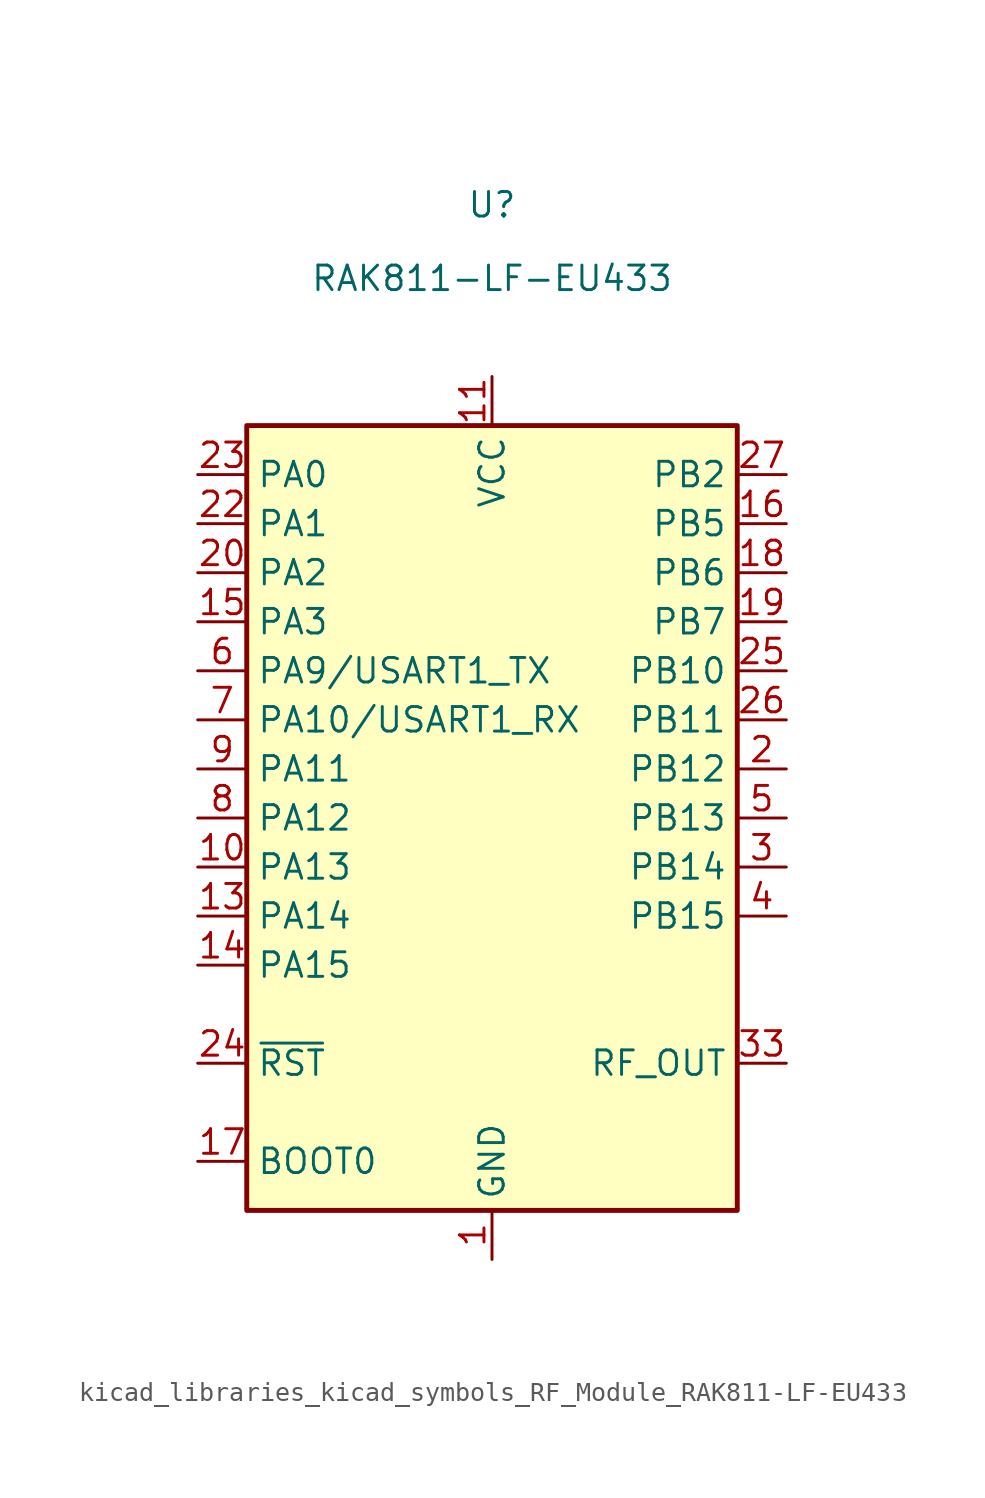
<source format=kicad_sym>
(kicad_symbol_lib
  (version 20220914)
  (generator kicad_symbol_editor)
  (symbol "kicad_libraries_kicad_symbols_RF_Module_RAK811-LF-EU433"
    (property "Reference" "U"
      (at 0 31.75 0)
      (effects (font (size 1.27 1.27))))
    (property "Value" "RAK811-LF-EU433"
      (at 0 27.94 0)
      (effects (font (size 1.27 1.27))))
    (symbol "kicad_libraries_kicad_symbols_RF_Module_RAK811-LF-EU433_0_0"
      (pin power_in line (at 0 -22.86 90) (length 2.54) (name "GND" (effects (font (size 1.27 1.27)))) (number "1" (effects (font (size 1.27 1.27)))))
      (pin bidirectional line (at -15.24 -2.54 0) (length 2.54) (name "PA13" (effects (font (size 1.27 1.27)))) (number "10" (effects (font (size 1.27 1.27)))))
      (pin power_in line (at 0 22.86 270) (length 2.54) (name "VCC" (effects (font (size 1.27 1.27)))) (number "11" (effects (font (size 1.27 1.27)))))
      (pin passive line (at 0 -22.86 90) (length 2.54) hide (name "GND" (effects (font (size 1.27 1.27)))) (number "12" (effects (font (size 1.27 1.27)))))
      (pin bidirectional line (at -15.24 -5.08 0) (length 2.54) (name "PA14" (effects (font (size 1.27 1.27)))) (number "13" (effects (font (size 1.27 1.27)))))
      (pin bidirectional line (at -15.24 -7.62 0) (length 2.54) (name "PA15" (effects (font (size 1.27 1.27)))) (number "14" (effects (font (size 1.27 1.27)))))
      (pin bidirectional line (at -15.24 10.16 0) (length 2.54) (name "PA3" (effects (font (size 1.27 1.27)))) (number "15" (effects (font (size 1.27 1.27)))))
      (pin bidirectional line (at 15.24 15.24 180) (length 2.54) (name "PB5" (effects (font (size 1.27 1.27)))) (number "16" (effects (font (size 1.27 1.27)))))
      (pin input line (at -15.24 -17.78 0) (length 2.54) (name "BOOT0" (effects (font (size 1.27 1.27)))) (number "17" (effects (font (size 1.27 1.27)))))
      (pin bidirectional line (at 15.24 12.7 180) (length 2.54) (name "PB6" (effects (font (size 1.27 1.27)))) (number "18" (effects (font (size 1.27 1.27)))))
      (pin bidirectional line (at 15.24 10.16 180) (length 2.54) (name "PB7" (effects (font (size 1.27 1.27)))) (number "19" (effects (font (size 1.27 1.27)))))
      (pin bidirectional line (at 15.24 2.54 180) (length 2.54) (name "PB12" (effects (font (size 1.27 1.27)))) (number "2" (effects (font (size 1.27 1.27)))))
      (pin bidirectional line (at -15.24 12.7 0) (length 2.54) (name "PA2" (effects (font (size 1.27 1.27)))) (number "20" (effects (font (size 1.27 1.27)))))
      (pin passive line (at 0 -22.86 90) (length 2.54) hide (name "GND" (effects (font (size 1.27 1.27)))) (number "21" (effects (font (size 1.27 1.27)))))
      (pin bidirectional line (at -15.24 15.24 0) (length 2.54) (name "PA1" (effects (font (size 1.27 1.27)))) (number "22" (effects (font (size 1.27 1.27)))))
      (pin bidirectional line (at -15.24 17.78 0) (length 2.54) (name "PA0" (effects (font (size 1.27 1.27)))) (number "23" (effects (font (size 1.27 1.27)))))
      (pin input line (at -15.24 -12.7 0) (length 2.54) (name "~{RST}" (effects (font (size 1.27 1.27)))) (number "24" (effects (font (size 1.27 1.27)))))
      (pin bidirectional line (at 15.24 7.62 180) (length 2.54) (name "PB10" (effects (font (size 1.27 1.27)))) (number "25" (effects (font (size 1.27 1.27)))))
      (pin bidirectional line (at 15.24 5.08 180) (length 2.54) (name "PB11" (effects (font (size 1.27 1.27)))) (number "26" (effects (font (size 1.27 1.27)))))
      (pin bidirectional line (at 15.24 17.78 180) (length 2.54) (name "PB2" (effects (font (size 1.27 1.27)))) (number "27" (effects (font (size 1.27 1.27)))))
      (pin passive line (at 0 -22.86 90) (length 2.54) hide (name "GND" (effects (font (size 1.27 1.27)))) (number "28" (effects (font (size 1.27 1.27)))))
      (pin passive line (at 0 -22.86 90) (length 2.54) hide (name "GND" (effects (font (size 1.27 1.27)))) (number "29" (effects (font (size 1.27 1.27)))))
      (pin bidirectional line (at 15.24 -2.54 180) (length 2.54) (name "PB14" (effects (font (size 1.27 1.27)))) (number "3" (effects (font (size 1.27 1.27)))))
      (pin passive line (at 0 -22.86 90) (length 2.54) hide (name "GND" (effects (font (size 1.27 1.27)))) (number "30" (effects (font (size 1.27 1.27)))))
      (pin passive line (at 0 -22.86 90) (length 2.54) hide (name "GND" (effects (font (size 1.27 1.27)))) (number "31" (effects (font (size 1.27 1.27)))))
      (pin passive line (at 0 -22.86 90) (length 2.54) hide (name "GND" (effects (font (size 1.27 1.27)))) (number "32" (effects (font (size 1.27 1.27)))))
      (pin passive line (at 15.24 -12.7 180) (length 2.54) (name "RF_OUT" (effects (font (size 1.27 1.27)))) (number "33" (effects (font (size 1.27 1.27)))))
      (pin passive line (at 0 -22.86 90) (length 2.54) hide (name "GND" (effects (font (size 1.27 1.27)))) (number "34" (effects (font (size 1.27 1.27)))))
      (pin bidirectional line (at 15.24 -5.08 180) (length 2.54) (name "PB15" (effects (font (size 1.27 1.27)))) (number "4" (effects (font (size 1.27 1.27)))))
      (pin bidirectional line (at 15.24 0 180) (length 2.54) (name "PB13" (effects (font (size 1.27 1.27)))) (number "5" (effects (font (size 1.27 1.27)))))
      (pin bidirectional line (at -15.24 7.62 0) (length 2.54) (name "PA9/USART1_TX" (effects (font (size 1.27 1.27)))) (number "6" (effects (font (size 1.27 1.27)))))
      (pin bidirectional line (at -15.24 5.08 0) (length 2.54) (name "PA10/USART1_RX" (effects (font (size 1.27 1.27)))) (number "7" (effects (font (size 1.27 1.27)))))
      (pin bidirectional line (at -15.24 0 0) (length 2.54) (name "PA12" (effects (font (size 1.27 1.27)))) (number "8" (effects (font (size 1.27 1.27)))))
      (pin bidirectional line (at -15.24 2.54 0) (length 2.54) (name "PA11" (effects (font (size 1.27 1.27)))) (number "9" (effects (font (size 1.27 1.27))))))
    (symbol "kicad_libraries_kicad_symbols_RF_Module_RAK811-LF-EU433_0_1"
      (rectangle (start 12.7 -20.32) (end -12.7 20.32) (stroke (width 0.254) (type default)) (fill (type background))))))
</source>
